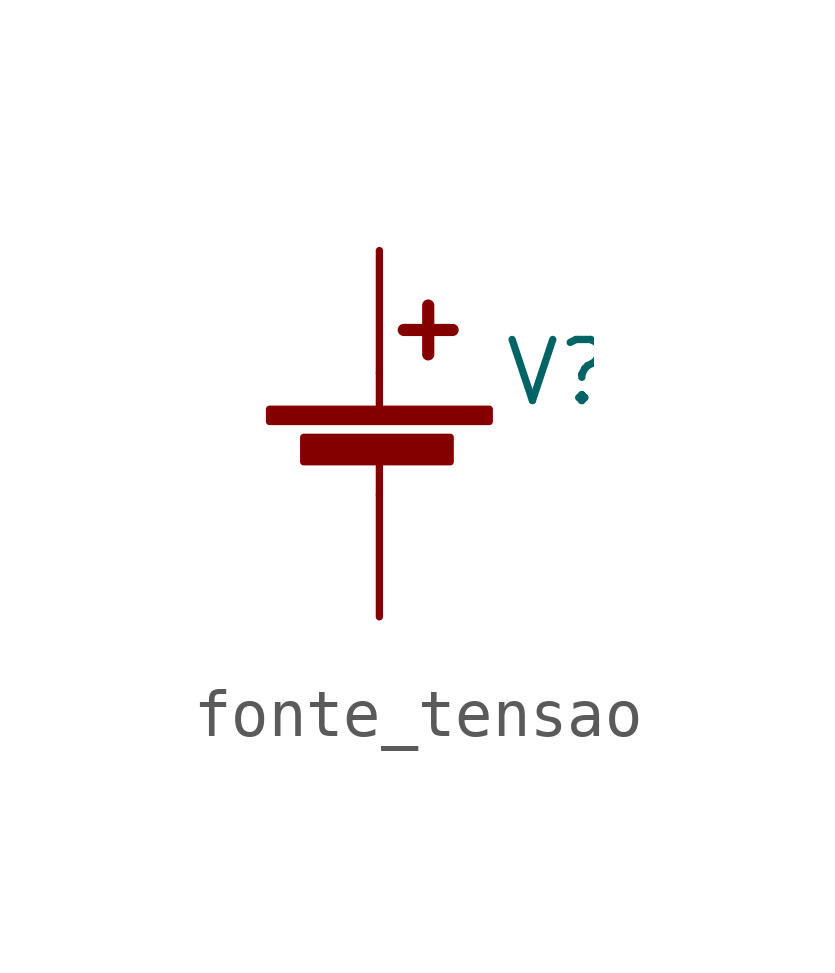
<source format=kicad_sym>
(kicad_symbol_lib
  (version 20211014)
  (generator kicad_symbol_editor)
  (symbol "fonte_tensao"
    (pin_numbers hide)
    (pin_names
      (offset 0) hide)
    (property "Reference" "V"
      (at 2.54 2.54 0)
      (effects (font (size 1.27 1.27)) (justify left)))
    (symbol "fonte_tensao_0_1"
      (rectangle (start -2.286 1.778) (end 2.286 1.524) (stroke (width 0) (type default) (color 0 0 0 0)) (fill (type outline)))
      (rectangle (start -1.575 1.194) (end 1.473 0.686) (stroke (width 0) (type default) (color 0 0 0 0)) (fill (type outline)))
      (polyline (pts (xy 0 0.762) (xy 0 0)) (stroke (width 0) (type default) (color 0 0 0 0)) (fill (type none)))
      (polyline (pts (xy 0 1.778) (xy 0 2.54)) (stroke (width 0) (type default) (color 0 0 0 0)) (fill (type none)))
      (polyline (pts (xy 0.508 3.429) (xy 1.524 3.429)) (stroke (width 0.254) (type default) (color 0 0 0 0)) (fill (type none)))
      (polyline (pts (xy 1.016 3.937) (xy 1.016 2.921)) (stroke (width 0.254) (type default) (color 0 0 0 0)) (fill (type none))))
    (symbol "fonte_tensao_1_1"
      (pin passive line (at 0 5.08 270) (length 2.54) (name "+" (effects (font (size 1.27 1.27)))) (number "1" (effects (font (size 1.27 1.27)))))
      (pin passive line (at 0 -2.54 90) (length 2.54) (name "-" (effects (font (size 1.27 1.27)))) (number "2" (effects (font (size 1.27 1.27))))))))
</source>
